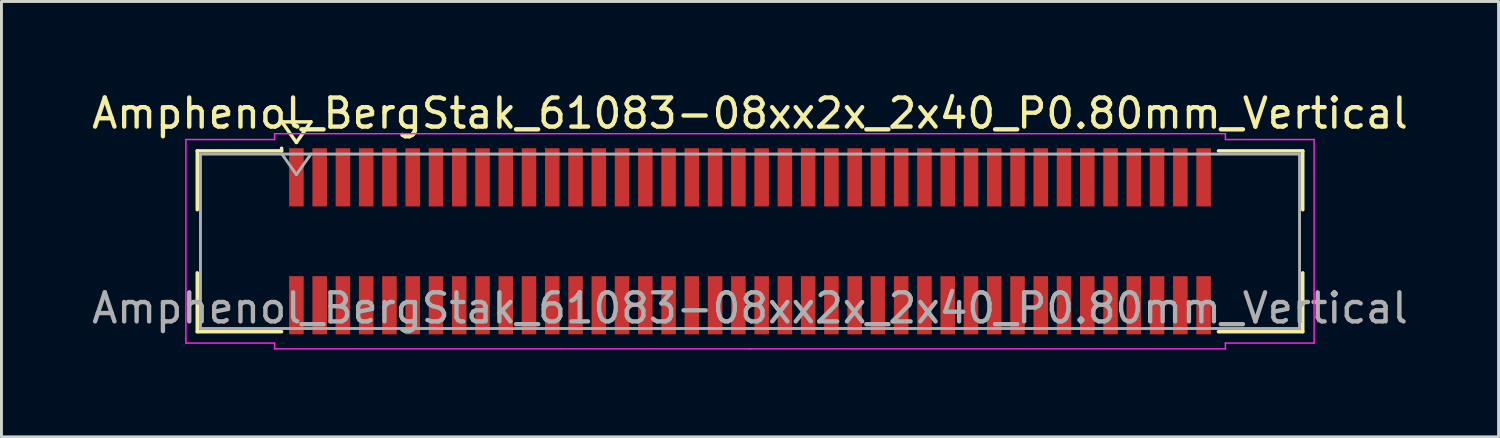
<source format=kicad_pcb>
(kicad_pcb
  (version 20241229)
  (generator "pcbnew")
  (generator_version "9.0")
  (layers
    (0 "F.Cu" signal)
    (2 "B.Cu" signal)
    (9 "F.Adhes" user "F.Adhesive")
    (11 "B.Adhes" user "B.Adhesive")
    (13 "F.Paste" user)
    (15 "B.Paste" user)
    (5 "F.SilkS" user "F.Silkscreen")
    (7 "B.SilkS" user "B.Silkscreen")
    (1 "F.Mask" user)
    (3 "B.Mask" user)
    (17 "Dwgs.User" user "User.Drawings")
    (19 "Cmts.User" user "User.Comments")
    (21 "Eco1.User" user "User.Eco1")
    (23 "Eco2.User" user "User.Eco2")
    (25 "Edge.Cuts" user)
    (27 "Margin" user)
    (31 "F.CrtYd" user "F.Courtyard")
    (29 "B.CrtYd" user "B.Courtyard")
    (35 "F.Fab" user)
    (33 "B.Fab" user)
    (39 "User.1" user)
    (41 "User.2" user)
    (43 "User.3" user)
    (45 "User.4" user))
  (footprint "Amphenol_BergStak_61083-08xx2x_2x40_P0.80mm_Vertical"
    (layer "F.Cu")
    (at 22.744 5.248)
    (property "Reference" "Amphenol_BergStak_61083-08xx2x_2x40_P0.80mm_Vertical" (at 0 -4.4 0) (layer "F.SilkS") (effects (font (size 1 1) (thickness 0.15))))
    (attr smd)
    (fp_line (start -19.01 -3.11) (end -16.11 -3.11) (stroke (width 0.12) (type solid)) (layer "F.SilkS"))
    (fp_line (start -19.01 -1.085) (end -19.01 -3.11) (stroke (width 0.12) (type solid)) (layer "F.SilkS"))
    (fp_line (start -19.01 1.085) (end -19.01 3.11) (stroke (width 0.12) (type solid)) (layer "F.SilkS"))
    (fp_line (start -19.01 3.11) (end -16.11 3.11) (stroke (width 0.12) (type solid)) (layer "F.SilkS"))
    (fp_line (start -16.11 -3.11) (end -16.11 -3.2) (stroke (width 0.12) (type solid)) (layer "F.SilkS"))
    (fp_line (start -16.1 -4.107) (end -15.6 -3.4) (stroke (width 0.12) (type solid)) (layer "F.SilkS"))
    (fp_line (start -15.6 -3.4) (end -15.1 -4.107) (stroke (width 0.12) (type solid)) (layer "F.SilkS"))
    (fp_line (start -15.1 -4.107) (end -16.1 -4.107) (stroke (width 0.12) (type solid)) (layer "F.SilkS"))
    (fp_line (start 19.01 -3.11) (end 16.11 -3.11) (stroke (width 0.12) (type solid)) (layer "F.SilkS"))
    (fp_line (start 19.01 -1.085) (end 19.01 -3.11) (stroke (width 0.12) (type solid)) (layer "F.SilkS"))
    (fp_line (start 19.01 1.085) (end 19.01 3.11) (stroke (width 0.12) (type solid)) (layer "F.SilkS"))
    (fp_line (start 19.01 3.11) (end 16.11 3.11) (stroke (width 0.12) (type solid)) (layer "F.SilkS"))
    (fp_line (start -19.4 -3.5) (end -19.4 3.5) (stroke (width 0.05) (type solid)) (layer "F.CrtYd"))
    (fp_line (start -19.4 3.5) (end -16.35 3.5) (stroke (width 0.05) (type solid)) (layer "F.CrtYd"))
    (fp_line (start -16.35 -3.7) (end -16.35 -3.5) (stroke (width 0.05) (type solid)) (layer "F.CrtYd"))
    (fp_line (start -16.35 -3.5) (end -19.4 -3.5) (stroke (width 0.05) (type solid)) (layer "F.CrtYd"))
    (fp_line (start -16.35 3.5) (end -16.35 3.7) (stroke (width 0.05) (type solid)) (layer "F.CrtYd"))
    (fp_line (start -16.35 3.7) (end 0 3.7) (stroke (width 0.05) (type solid)) (layer "F.CrtYd"))
    (fp_line (start 0 -3.7) (end -16.35 -3.7) (stroke (width 0.05) (type solid)) (layer "F.CrtYd"))
    (fp_line (start 0 -3.7) (end 16.35 -3.7) (stroke (width 0.05) (type solid)) (layer "F.CrtYd"))
    (fp_line (start 16.35 -3.7) (end 16.35 -3.5) (stroke (width 0.05) (type solid)) (layer "F.CrtYd"))
    (fp_line (start 16.35 -3.5) (end 19.4 -3.5) (stroke (width 0.05) (type solid)) (layer "F.CrtYd"))
    (fp_line (start 16.35 3.5) (end 16.35 3.7) (stroke (width 0.05) (type solid)) (layer "F.CrtYd"))
    (fp_line (start 16.35 3.7) (end 0 3.7) (stroke (width 0.05) (type solid)) (layer "F.CrtYd"))
    (fp_line (start 19.4 -3.5) (end 19.4 3.5) (stroke (width 0.05) (type solid)) (layer "F.CrtYd"))
    (fp_line (start 19.4 3.5) (end 16.35 3.5) (stroke (width 0.05) (type solid)) (layer "F.CrtYd"))
    (fp_line (start -18.9 -3) (end -18.9 3) (stroke (width 0.1) (type solid)) (layer "F.Fab"))
    (fp_line (start -18.9 3) (end 18.9 3) (stroke (width 0.1) (type solid)) (layer "F.Fab"))
    (fp_line (start -16.1 -3) (end -15.6 -2.293) (stroke (width 0.1) (type solid)) (layer "F.Fab"))
    (fp_line (start -15.6 -2.293) (end -15.1 -3) (stroke (width 0.1) (type solid)) (layer "F.Fab"))
    (fp_line (start 18.9 -3) (end -18.9 -3) (stroke (width 0.1) (type solid)) (layer "F.Fab"))
    (fp_line (start 18.9 3) (end 18.9 -3) (stroke (width 0.1) (type solid)) (layer "F.Fab"))
    (fp_text user "${REFERENCE}" (at 0 2.3 0) (layer "F.Fab") (effects (font (size 1 1) (thickness 0.15))))
    (pad "1" smd rect (at -15.6 -2.2) (size 0.5 2) (layers "F.Cu" "F.Mask" "F.Paste"))
    (pad "2" smd rect (at -15.6 2.2) (size 0.5 2) (layers "F.Cu" "F.Mask" "F.Paste"))
    (pad "3" smd rect (at -14.8 -2.2) (size 0.5 2) (layers "F.Cu" "F.Mask" "F.Paste"))
    (pad "4" smd rect (at -14.8 2.2) (size 0.5 2) (layers "F.Cu" "F.Mask" "F.Paste"))
    (pad "5" smd rect (at -14 -2.2) (size 0.5 2) (layers "F.Cu" "F.Mask" "F.Paste"))
    (pad "6" smd rect (at -14 2.2) (size 0.5 2) (layers "F.Cu" "F.Mask" "F.Paste"))
    (pad "7" smd rect (at -13.2 -2.2) (size 0.5 2) (layers "F.Cu" "F.Mask" "F.Paste"))
    (pad "8" smd rect (at -13.2 2.2) (size 0.5 2) (layers "F.Cu" "F.Mask" "F.Paste"))
    (pad "9" smd rect (at -12.4 -2.2) (size 0.5 2) (layers "F.Cu" "F.Mask" "F.Paste"))
    (pad "10" smd rect (at -12.4 2.2) (size 0.5 2) (layers "F.Cu" "F.Mask" "F.Paste"))
    (pad "11" smd rect (at -11.6 -2.2) (size 0.5 2) (layers "F.Cu" "F.Mask" "F.Paste"))
    (pad "12" smd rect (at -11.6 2.2) (size 0.5 2) (layers "F.Cu" "F.Mask" "F.Paste"))
    (pad "13" smd rect (at -10.8 -2.2) (size 0.5 2) (layers "F.Cu" "F.Mask" "F.Paste"))
    (pad "14" smd rect (at -10.8 2.2) (size 0.5 2) (layers "F.Cu" "F.Mask" "F.Paste"))
    (pad "15" smd rect (at -10 -2.2) (size 0.5 2) (layers "F.Cu" "F.Mask" "F.Paste"))
    (pad "16" smd rect (at -10 2.2) (size 0.5 2) (layers "F.Cu" "F.Mask" "F.Paste"))
    (pad "17" smd rect (at -9.2 -2.2) (size 0.5 2) (layers "F.Cu" "F.Mask" "F.Paste"))
    (pad "18" smd rect (at -9.2 2.2) (size 0.5 2) (layers "F.Cu" "F.Mask" "F.Paste"))
    (pad "19" smd rect (at -8.4 -2.2) (size 0.5 2) (layers "F.Cu" "F.Mask" "F.Paste"))
    (pad "20" smd rect (at -8.4 2.2) (size 0.5 2) (layers "F.Cu" "F.Mask" "F.Paste"))
    (pad "21" smd rect (at -7.6 -2.2) (size 0.5 2) (layers "F.Cu" "F.Mask" "F.Paste"))
    (pad "22" smd rect (at -7.6 2.2) (size 0.5 2) (layers "F.Cu" "F.Mask" "F.Paste"))
    (pad "23" smd rect (at -6.8 -2.2) (size 0.5 2) (layers "F.Cu" "F.Mask" "F.Paste"))
    (pad "24" smd rect (at -6.8 2.2) (size 0.5 2) (layers "F.Cu" "F.Mask" "F.Paste"))
    (pad "25" smd rect (at -6 -2.2) (size 0.5 2) (layers "F.Cu" "F.Mask" "F.Paste"))
    (pad "26" smd rect (at -6 2.2) (size 0.5 2) (layers "F.Cu" "F.Mask" "F.Paste"))
    (pad "27" smd rect (at -5.2 -2.2) (size 0.5 2) (layers "F.Cu" "F.Mask" "F.Paste"))
    (pad "28" smd rect (at -5.2 2.2) (size 0.5 2) (layers "F.Cu" "F.Mask" "F.Paste"))
    (pad "29" smd rect (at -4.4 -2.2) (size 0.5 2) (layers "F.Cu" "F.Mask" "F.Paste"))
    (pad "30" smd rect (at -4.4 2.2) (size 0.5 2) (layers "F.Cu" "F.Mask" "F.Paste"))
    (pad "31" smd rect (at -3.6 -2.2) (size 0.5 2) (layers "F.Cu" "F.Mask" "F.Paste"))
    (pad "32" smd rect (at -3.6 2.2) (size 0.5 2) (layers "F.Cu" "F.Mask" "F.Paste"))
    (pad "33" smd rect (at -2.8 -2.2) (size 0.5 2) (layers "F.Cu" "F.Mask" "F.Paste"))
    (pad "34" smd rect (at -2.8 2.2) (size 0.5 2) (layers "F.Cu" "F.Mask" "F.Paste"))
    (pad "35" smd rect (at -2 -2.2) (size 0.5 2) (layers "F.Cu" "F.Mask" "F.Paste"))
    (pad "36" smd rect (at -2 2.2) (size 0.5 2) (layers "F.Cu" "F.Mask" "F.Paste"))
    (pad "37" smd rect (at -1.2 -2.2) (size 0.5 2) (layers "F.Cu" "F.Mask" "F.Paste"))
    (pad "38" smd rect (at -1.2 2.2) (size 0.5 2) (layers "F.Cu" "F.Mask" "F.Paste"))
    (pad "39" smd rect (at -0.4 -2.2) (size 0.5 2) (layers "F.Cu" "F.Mask" "F.Paste"))
    (pad "40" smd rect (at -0.4 2.2) (size 0.5 2) (layers "F.Cu" "F.Mask" "F.Paste"))
    (pad "41" smd rect (at 0.4 -2.2) (size 0.5 2) (layers "F.Cu" "F.Mask" "F.Paste"))
    (pad "42" smd rect (at 0.4 2.2) (size 0.5 2) (layers "F.Cu" "F.Mask" "F.Paste"))
    (pad "43" smd rect (at 1.2 -2.2) (size 0.5 2) (layers "F.Cu" "F.Mask" "F.Paste"))
    (pad "44" smd rect (at 1.2 2.2) (size 0.5 2) (layers "F.Cu" "F.Mask" "F.Paste"))
    (pad "45" smd rect (at 2 -2.2) (size 0.5 2) (layers "F.Cu" "F.Mask" "F.Paste"))
    (pad "46" smd rect (at 2 2.2) (size 0.5 2) (layers "F.Cu" "F.Mask" "F.Paste"))
    (pad "47" smd rect (at 2.8 -2.2) (size 0.5 2) (layers "F.Cu" "F.Mask" "F.Paste"))
    (pad "48" smd rect (at 2.8 2.2) (size 0.5 2) (layers "F.Cu" "F.Mask" "F.Paste"))
    (pad "49" smd rect (at 3.6 -2.2) (size 0.5 2) (layers "F.Cu" "F.Mask" "F.Paste"))
    (pad "50" smd rect (at 3.6 2.2) (size 0.5 2) (layers "F.Cu" "F.Mask" "F.Paste"))
    (pad "51" smd rect (at 4.4 -2.2) (size 0.5 2) (layers "F.Cu" "F.Mask" "F.Paste"))
    (pad "52" smd rect (at 4.4 2.2) (size 0.5 2) (layers "F.Cu" "F.Mask" "F.Paste"))
    (pad "53" smd rect (at 5.2 -2.2) (size 0.5 2) (layers "F.Cu" "F.Mask" "F.Paste"))
    (pad "54" smd rect (at 5.2 2.2) (size 0.5 2) (layers "F.Cu" "F.Mask" "F.Paste"))
    (pad "55" smd rect (at 6 -2.2) (size 0.5 2) (layers "F.Cu" "F.Mask" "F.Paste"))
    (pad "56" smd rect (at 6 2.2) (size 0.5 2) (layers "F.Cu" "F.Mask" "F.Paste"))
    (pad "57" smd rect (at 6.8 -2.2) (size 0.5 2) (layers "F.Cu" "F.Mask" "F.Paste"))
    (pad "58" smd rect (at 6.8 2.2) (size 0.5 2) (layers "F.Cu" "F.Mask" "F.Paste"))
    (pad "59" smd rect (at 7.6 -2.2) (size 0.5 2) (layers "F.Cu" "F.Mask" "F.Paste"))
    (pad "60" smd rect (at 7.6 2.2) (size 0.5 2) (layers "F.Cu" "F.Mask" "F.Paste"))
    (pad "61" smd rect (at 8.4 -2.2) (size 0.5 2) (layers "F.Cu" "F.Mask" "F.Paste"))
    (pad "62" smd rect (at 8.4 2.2) (size 0.5 2) (layers "F.Cu" "F.Mask" "F.Paste"))
    (pad "63" smd rect (at 9.2 -2.2) (size 0.5 2) (layers "F.Cu" "F.Mask" "F.Paste"))
    (pad "64" smd rect (at 9.2 2.2) (size 0.5 2) (layers "F.Cu" "F.Mask" "F.Paste"))
    (pad "65" smd rect (at 10 -2.2) (size 0.5 2) (layers "F.Cu" "F.Mask" "F.Paste"))
    (pad "66" smd rect (at 10 2.2) (size 0.5 2) (layers "F.Cu" "F.Mask" "F.Paste"))
    (pad "67" smd rect (at 10.8 -2.2) (size 0.5 2) (layers "F.Cu" "F.Mask" "F.Paste"))
    (pad "68" smd rect (at 10.8 2.2) (size 0.5 2) (layers "F.Cu" "F.Mask" "F.Paste"))
    (pad "69" smd rect (at 11.6 -2.2) (size 0.5 2) (layers "F.Cu" "F.Mask" "F.Paste"))
    (pad "70" smd rect (at 11.6 2.2) (size 0.5 2) (layers "F.Cu" "F.Mask" "F.Paste"))
    (pad "71" smd rect (at 12.4 -2.2) (size 0.5 2) (layers "F.Cu" "F.Mask" "F.Paste"))
    (pad "72" smd rect (at 12.4 2.2) (size 0.5 2) (layers "F.Cu" "F.Mask" "F.Paste"))
    (pad "73" smd rect (at 13.2 -2.2) (size 0.5 2) (layers "F.Cu" "F.Mask" "F.Paste"))
    (pad "74" smd rect (at 13.2 2.2) (size 0.5 2) (layers "F.Cu" "F.Mask" "F.Paste"))
    (pad "75" smd rect (at 14 -2.2) (size 0.5 2) (layers "F.Cu" "F.Mask" "F.Paste"))
    (pad "76" smd rect (at 14 2.2) (size 0.5 2) (layers "F.Cu" "F.Mask" "F.Paste"))
    (pad "77" smd rect (at 14.8 -2.2) (size 0.5 2) (layers "F.Cu" "F.Mask" "F.Paste"))
    (pad "78" smd rect (at 14.8 2.2) (size 0.5 2) (layers "F.Cu" "F.Mask" "F.Paste"))
    (pad "79" smd rect (at 15.6 -2.2) (size 0.5 2) (layers "F.Cu" "F.Mask" "F.Paste"))
    (pad "80" smd rect (at 15.6 2.2) (size 0.5 2) (layers "F.Cu" "F.Mask" "F.Paste")))
  (gr_rect
    (start -3 -3)
    (end 48.488 11.973)
    (stroke (width 0.1) (type default))
    (fill no)
    (layer "Edge.Cuts")))
</source>
